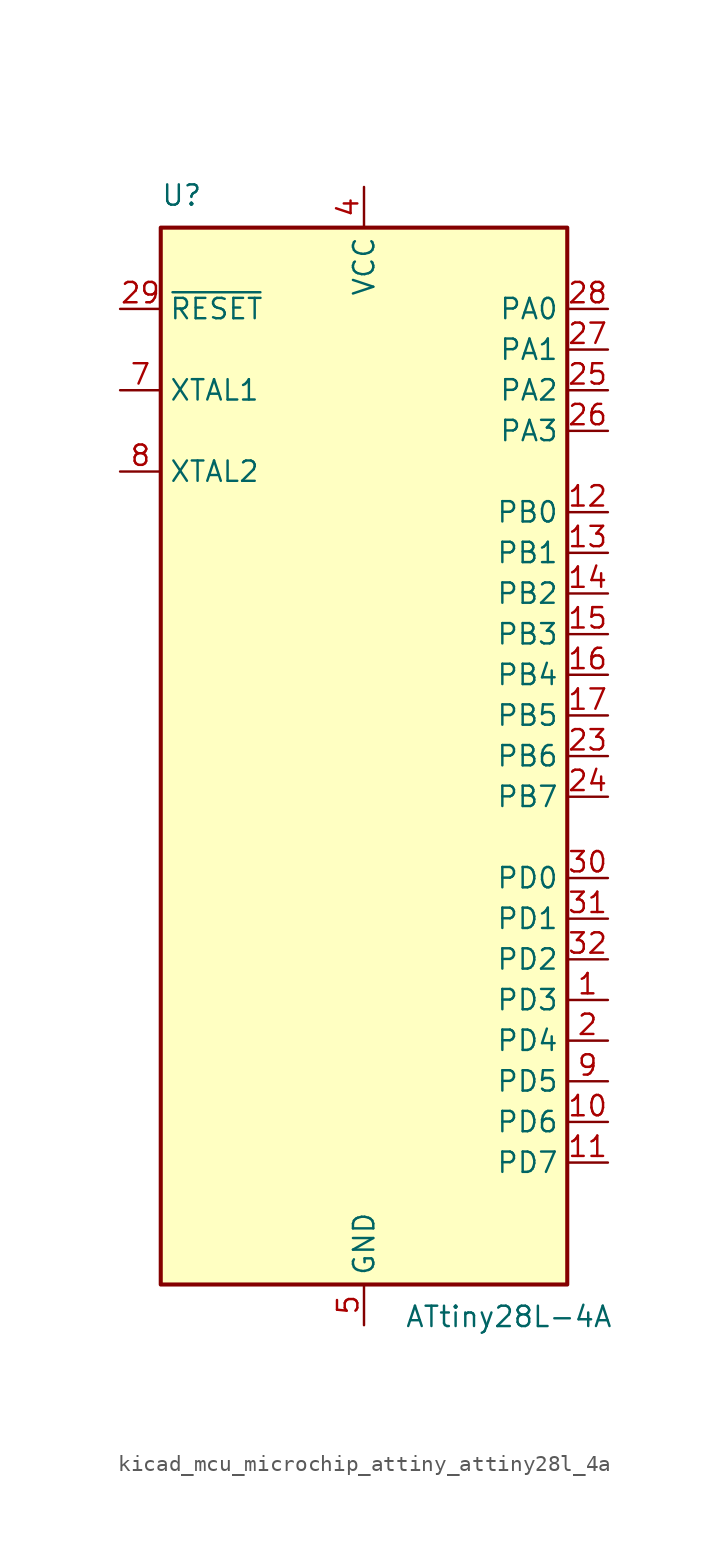
<source format=kicad_sym>
(kicad_symbol_lib
  (version 20220914)
  (generator kicad_symbol_editor)
  (symbol "kicad_mcu_microchip_attiny_attiny28l_4a"
    (property "Reference" "U"
      (at -12.7 34.29 0)
      (effects (font (size 1.27 1.27)) (justify left bottom)))
    (property "Value" "ATtiny28L-4A"
      (at 2.54 -34.29 0)
      (effects (font (size 1.27 1.27)) (justify left top)))
    (symbol "kicad_mcu_microchip_attiny_attiny28l_4a_0_1"
      (rectangle (start -12.7 -33.02) (end 12.7 33.02) (stroke (width 0.254) (type default)) (fill (type background))))
    (symbol "kicad_mcu_microchip_attiny_attiny28l_4a_1_1"
      (pin bidirectional line (at 15.24 -15.24 180) (length 2.54) (name "PD3" (effects (font (size 1.27 1.27)))) (number "1" (effects (font (size 1.27 1.27)))))
      (pin bidirectional line (at 15.24 -22.86 180) (length 2.54) (name "PD6" (effects (font (size 1.27 1.27)))) (number "10" (effects (font (size 1.27 1.27)))))
      (pin bidirectional line (at 15.24 -25.4 180) (length 2.54) (name "PD7" (effects (font (size 1.27 1.27)))) (number "11" (effects (font (size 1.27 1.27)))))
      (pin bidirectional line (at 15.24 15.24 180) (length 2.54) (name "PB0" (effects (font (size 1.27 1.27)))) (number "12" (effects (font (size 1.27 1.27)))))
      (pin bidirectional line (at 15.24 12.7 180) (length 2.54) (name "PB1" (effects (font (size 1.27 1.27)))) (number "13" (effects (font (size 1.27 1.27)))))
      (pin bidirectional line (at 15.24 10.16 180) (length 2.54) (name "PB2" (effects (font (size 1.27 1.27)))) (number "14" (effects (font (size 1.27 1.27)))))
      (pin bidirectional line (at 15.24 7.62 180) (length 2.54) (name "PB3" (effects (font (size 1.27 1.27)))) (number "15" (effects (font (size 1.27 1.27)))))
      (pin bidirectional line (at 15.24 5.08 180) (length 2.54) (name "PB4" (effects (font (size 1.27 1.27)))) (number "16" (effects (font (size 1.27 1.27)))))
      (pin bidirectional line (at 15.24 2.54 180) (length 2.54) (name "PB5" (effects (font (size 1.27 1.27)))) (number "17" (effects (font (size 1.27 1.27)))))
      (pin passive line (at 0 35.56 270) (length 2.54) hide (name "VCC" (effects (font (size 1.27 1.27)))) (number "18" (effects (font (size 1.27 1.27)))))
      (pin no_connect line (at -12.7 -25.4 0) (length 2.54) hide (name "NC" (effects (font (size 1.27 1.27)))) (number "19" (effects (font (size 1.27 1.27)))))
      (pin bidirectional line (at 15.24 -17.78 180) (length 2.54) (name "PD4" (effects (font (size 1.27 1.27)))) (number "2" (effects (font (size 1.27 1.27)))))
      (pin no_connect line (at -12.7 -27.94 0) (length 2.54) hide (name "NC" (effects (font (size 1.27 1.27)))) (number "20" (effects (font (size 1.27 1.27)))))
      (pin passive line (at 0 -35.56 90) (length 2.54) hide (name "GND" (effects (font (size 1.27 1.27)))) (number "21" (effects (font (size 1.27 1.27)))))
      (pin no_connect line (at -12.7 -30.48 0) (length 2.54) hide (name "NC" (effects (font (size 1.27 1.27)))) (number "22" (effects (font (size 1.27 1.27)))))
      (pin bidirectional line (at 15.24 0 180) (length 2.54) (name "PB6" (effects (font (size 1.27 1.27)))) (number "23" (effects (font (size 1.27 1.27)))))
      (pin bidirectional line (at 15.24 -2.54 180) (length 2.54) (name "PB7" (effects (font (size 1.27 1.27)))) (number "24" (effects (font (size 1.27 1.27)))))
      (pin bidirectional line (at 15.24 22.86 180) (length 2.54) (name "PA2" (effects (font (size 1.27 1.27)))) (number "25" (effects (font (size 1.27 1.27)))))
      (pin bidirectional line (at 15.24 20.32 180) (length 2.54) (name "PA3" (effects (font (size 1.27 1.27)))) (number "26" (effects (font (size 1.27 1.27)))))
      (pin bidirectional line (at 15.24 25.4 180) (length 2.54) (name "PA1" (effects (font (size 1.27 1.27)))) (number "27" (effects (font (size 1.27 1.27)))))
      (pin bidirectional line (at 15.24 27.94 180) (length 2.54) (name "PA0" (effects (font (size 1.27 1.27)))) (number "28" (effects (font (size 1.27 1.27)))))
      (pin input line (at -15.24 27.94 0) (length 2.54) (name "~{RESET}" (effects (font (size 1.27 1.27)))) (number "29" (effects (font (size 1.27 1.27)))))
      (pin no_connect line (at -12.7 -20.32 0) (length 2.54) hide (name "NC" (effects (font (size 1.27 1.27)))) (number "3" (effects (font (size 1.27 1.27)))))
      (pin bidirectional line (at 15.24 -7.62 180) (length 2.54) (name "PD0" (effects (font (size 1.27 1.27)))) (number "30" (effects (font (size 1.27 1.27)))))
      (pin bidirectional line (at 15.24 -10.16 180) (length 2.54) (name "PD1" (effects (font (size 1.27 1.27)))) (number "31" (effects (font (size 1.27 1.27)))))
      (pin bidirectional line (at 15.24 -12.7 180) (length 2.54) (name "PD2" (effects (font (size 1.27 1.27)))) (number "32" (effects (font (size 1.27 1.27)))))
      (pin power_in line (at 0 35.56 270) (length 2.54) (name "VCC" (effects (font (size 1.27 1.27)))) (number "4" (effects (font (size 1.27 1.27)))))
      (pin power_in line (at 0 -35.56 90) (length 2.54) (name "GND" (effects (font (size 1.27 1.27)))) (number "5" (effects (font (size 1.27 1.27)))))
      (pin no_connect line (at -12.7 -22.86 0) (length 2.54) hide (name "NC" (effects (font (size 1.27 1.27)))) (number "6" (effects (font (size 1.27 1.27)))))
      (pin input line (at -15.24 22.86 0) (length 2.54) (name "XTAL1" (effects (font (size 1.27 1.27)))) (number "7" (effects (font (size 1.27 1.27)))))
      (pin output line (at -15.24 17.78 0) (length 2.54) (name "XTAL2" (effects (font (size 1.27 1.27)))) (number "8" (effects (font (size 1.27 1.27)))))
      (pin bidirectional line (at 15.24 -20.32 180) (length 2.54) (name "PD5" (effects (font (size 1.27 1.27)))) (number "9" (effects (font (size 1.27 1.27))))))))
</source>
